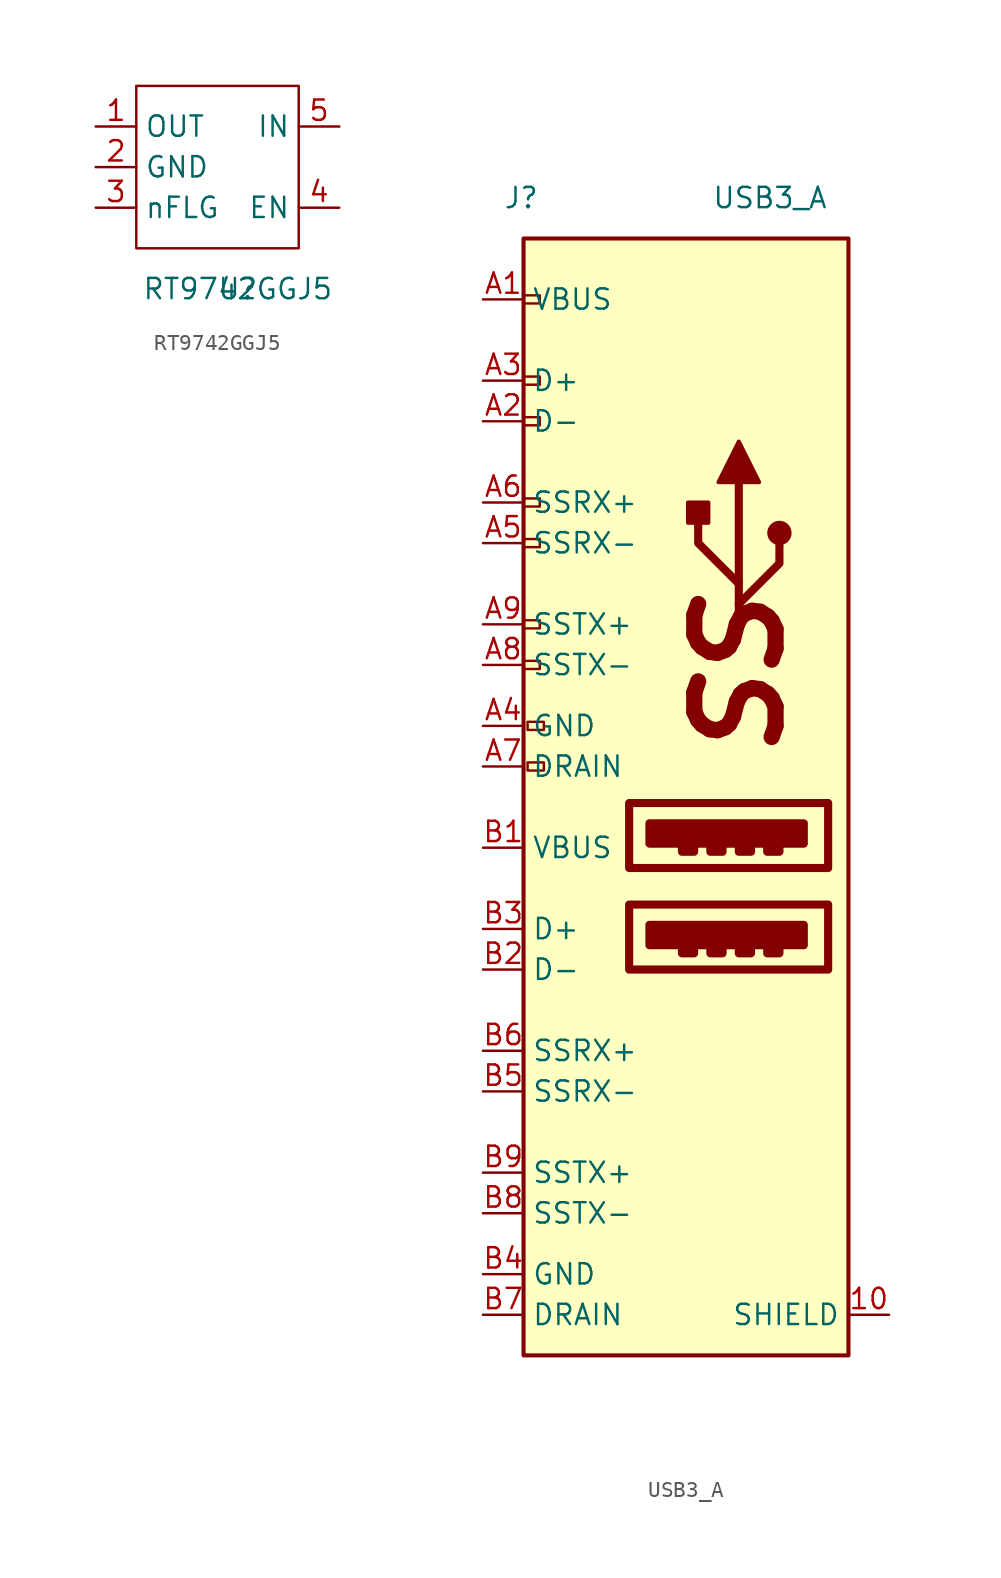
<source format=kicad_sym>
(kicad_symbol_lib
  (version 20231120)
  (generator "kicad_symbol_editor")
  (generator_version "8.0")
  (symbol "RT9742GGJ5"
    (property "Reference" "U"
      (at 0 0 0)
      (effects (font (size 1.27 1.27))))
    (property "Value" "RT9742GGJ5"
      (at 0 0 0)
      (effects (font (size 1.27 1.27))))
    (symbol "RT9742GGJ5_0_0"
      (pin power_out line (at -8.89 10.16 0) (length 2.54) (name "OUT" (effects (font (size 1.27 1.27)))) (number "1" (effects (font (size 1.27 1.27)))))
      (pin power_in line (at -8.89 7.62 0) (length 2.54) (name "GND" (effects (font (size 1.27 1.27)))) (number "2" (effects (font (size 1.27 1.27)))))
      (pin open_collector line (at -8.89 5.08 0) (length 2.54) (name "nFLG" (effects (font (size 1.27 1.27)))) (number "3" (effects (font (size 1.27 1.27)))))
      (pin input line (at 6.35 5.08 180) (length 2.54) (name "EN" (effects (font (size 1.27 1.27)))) (number "4" (effects (font (size 1.27 1.27)))))
      (pin power_in line (at 6.35 10.16 180) (length 2.54) (name "IN" (effects (font (size 1.27 1.27)))) (number "5" (effects (font (size 1.27 1.27))))))
    (symbol "RT9742GGJ5_0_1"
      (rectangle (start -6.35 12.7) (end 3.81 2.54) (stroke (width 0) (type default)) (fill (type none)))))
  (symbol "USB3_A"
    (property "Reference" "J"
      (at -10.16 33.02 0)
      (effects (font (size 1.27 1.27)) (justify left)))
    (property "Value" "USB3_A"
      (at 10.16 33.02 0)
      (effects (font (size 1.27 1.27)) (justify right)))
    (symbol "USB3_A_1_1"
      (rectangle (start -8.89 4.064) (end -7.874 3.556) (stroke (width 0) (type default)) (fill (type none)))
      (rectangle (start -8.89 6.604) (end -7.874 6.096) (stroke (width 0) (type default)) (fill (type none)))
      (rectangle (start -8.89 11.684) (end -7.874 11.176) (stroke (width 0) (type default)) (fill (type none)))
      (rectangle (start -8.89 14.224) (end -7.874 13.716) (stroke (width 0) (type default)) (fill (type none)))
      (rectangle (start -8.89 19.304) (end -7.874 18.796) (stroke (width 0) (type default)) (fill (type none)))
      (rectangle (start -8.89 21.844) (end -7.874 21.336) (stroke (width 0) (type default)) (fill (type none)))
      (rectangle (start -8.89 26.924) (end -7.874 26.416) (stroke (width 0) (type default)) (fill (type none)))
      (rectangle (start -7.62 -2.286) (end -8.636 -2.794) (stroke (width 0) (type default)) (fill (type none)))
      (rectangle (start -7.62 0.254) (end -8.636 -0.254) (stroke (width 0) (type default)) (fill (type none)))
      (rectangle (start -2.286 -11.176) (end 10.16 -15.24) (stroke (width 0.508) (type default)) (fill (type none)))
      (rectangle (start -2.286 -4.826) (end 10.16 -8.89) (stroke (width 0.508) (type default)) (fill (type none)))
      (rectangle (start -1.016 -12.446) (end 8.636 -13.716) (stroke (width 0.508) (type default)) (fill (type outline)))
      (rectangle (start -1.016 -6.096) (end 8.636 -7.366) (stroke (width 0.508) (type default)) (fill (type outline)))
      (polyline (pts (xy 4.572 6.35) (xy 4.572 15.24)) (stroke (width 0.508) (type default)) (fill (type none)))
      (polyline (pts (xy 4.572 7.62) (xy 7.112 10.16) (xy 7.112 11.43)) (stroke (width 0.508) (type default)) (fill (type none)))
      (polyline (pts (xy 4.572 8.89) (xy 2.032 11.43) (xy 2.032 12.7)) (stroke (width 0.508) (type default)) (fill (type none)))
      (polyline (pts (xy 5.842 15.24) (xy 4.572 17.78) (xy 3.302 15.24) (xy 5.842 15.24)) (stroke (width 0.254) (type default)) (fill (type outline)))
      (rectangle (start 1.016 -13.97) (end 1.778 -14.224) (stroke (width 0.508) (type default)) (fill (type none)))
      (rectangle (start 1.016 -7.62) (end 1.778 -7.874) (stroke (width 0.508) (type default)) (fill (type none)))
      (rectangle (start 2.667 12.7) (end 1.397 13.97) (stroke (width 0.254) (type default)) (fill (type outline)))
      (rectangle (start 2.794 -13.97) (end 3.556 -14.224) (stroke (width 0.508) (type default)) (fill (type none)))
      (rectangle (start 2.794 -7.62) (end 3.556 -7.874) (stroke (width 0.508) (type default)) (fill (type none)))
      (rectangle (start 4.572 -13.97) (end 5.334 -14.224) (stroke (width 0.508) (type default)) (fill (type none)))
      (rectangle (start 4.572 -7.62) (end 5.334 -7.874) (stroke (width 0.508) (type default)) (fill (type none)))
      (rectangle (start 6.35 -13.97) (end 7.112 -14.224) (stroke (width 0.508) (type default)) (fill (type none)))
      (rectangle (start 6.35 -7.62) (end 7.112 -7.874) (stroke (width 0.508) (type default)) (fill (type none)))
      (circle (center 7.112 12.065) (radius 0.635) (stroke (width 0.254) (type default)) (fill (type outline)))
      (rectangle (start 11.43 30.48) (end -8.89 -39.37) (stroke (width 0.254) (type default)) (fill (type background)))
      (text "SS" (at 4.572 3.175 900) (effects (font (size 5.08 5.08) (bold yes) (italic yes))))
      (pin passive line (at 13.97 -36.83 180) (length 2.54) (name "SHIELD" (effects (font (size 1.27 1.27)))) (number "10" (effects (font (size 1.27 1.27)))))
      (pin power_in line (at -11.43 26.67 0) (length 2.54) (name "VBUS" (effects (font (size 1.27 1.27)))) (number "A1" (effects (font (size 1.27 1.27)))))
      (pin bidirectional line (at -11.43 19.05 0) (length 2.54) (name "D-" (effects (font (size 1.27 1.27)))) (number "A2" (effects (font (size 1.27 1.27)))))
      (pin bidirectional line (at -11.43 21.59 0) (length 2.54) (name "D+" (effects (font (size 1.27 1.27)))) (number "A3" (effects (font (size 1.27 1.27)))))
      (pin power_in line (at -11.43 0 0) (length 2.54) (name "GND" (effects (font (size 1.27 1.27)))) (number "A4" (effects (font (size 1.27 1.27)))))
      (pin bidirectional line (at -11.43 11.43 0) (length 2.54) (name "SSRX-" (effects (font (size 1.27 1.27)))) (number "A5" (effects (font (size 1.27 1.27)))))
      (pin bidirectional line (at -11.43 13.97 0) (length 2.54) (name "SSRX+" (effects (font (size 1.27 1.27)))) (number "A6" (effects (font (size 1.27 1.27)))))
      (pin power_in line (at -11.43 -2.54 0) (length 2.54) (name "DRAIN" (effects (font (size 1.27 1.27)))) (number "A7" (effects (font (size 1.27 1.27)))))
      (pin bidirectional line (at -11.43 3.81 0) (length 2.54) (name "SSTX-" (effects (font (size 1.27 1.27)))) (number "A8" (effects (font (size 1.27 1.27)))))
      (pin bidirectional line (at -11.43 6.35 0) (length 2.54) (name "SSTX+" (effects (font (size 1.27 1.27)))) (number "A9" (effects (font (size 1.27 1.27)))))
      (pin power_in line (at -11.43 -7.62 0) (length 2.54) (name "VBUS" (effects (font (size 1.27 1.27)))) (number "B1" (effects (font (size 1.27 1.27)))))
      (pin bidirectional line (at -11.43 -15.24 0) (length 2.54) (name "D-" (effects (font (size 1.27 1.27)))) (number "B2" (effects (font (size 1.27 1.27)))))
      (pin bidirectional line (at -11.43 -12.7 0) (length 2.54) (name "D+" (effects (font (size 1.27 1.27)))) (number "B3" (effects (font (size 1.27 1.27)))))
      (pin power_in line (at -11.43 -34.29 0) (length 2.54) (name "GND" (effects (font (size 1.27 1.27)))) (number "B4" (effects (font (size 1.27 1.27)))))
      (pin bidirectional line (at -11.43 -22.86 0) (length 2.54) (name "SSRX-" (effects (font (size 1.27 1.27)))) (number "B5" (effects (font (size 1.27 1.27)))))
      (pin bidirectional line (at -11.43 -20.32 0) (length 2.54) (name "SSRX+" (effects (font (size 1.27 1.27)))) (number "B6" (effects (font (size 1.27 1.27)))))
      (pin power_in line (at -11.43 -36.83 0) (length 2.54) (name "DRAIN" (effects (font (size 1.27 1.27)))) (number "B7" (effects (font (size 1.27 1.27)))))
      (pin bidirectional line (at -11.43 -30.48 0) (length 2.54) (name "SSTX-" (effects (font (size 1.27 1.27)))) (number "B8" (effects (font (size 1.27 1.27)))))
      (pin bidirectional line (at -11.43 -27.94 0) (length 2.54) (name "SSTX+" (effects (font (size 1.27 1.27)))) (number "B9" (effects (font (size 1.27 1.27))))))))
</source>
